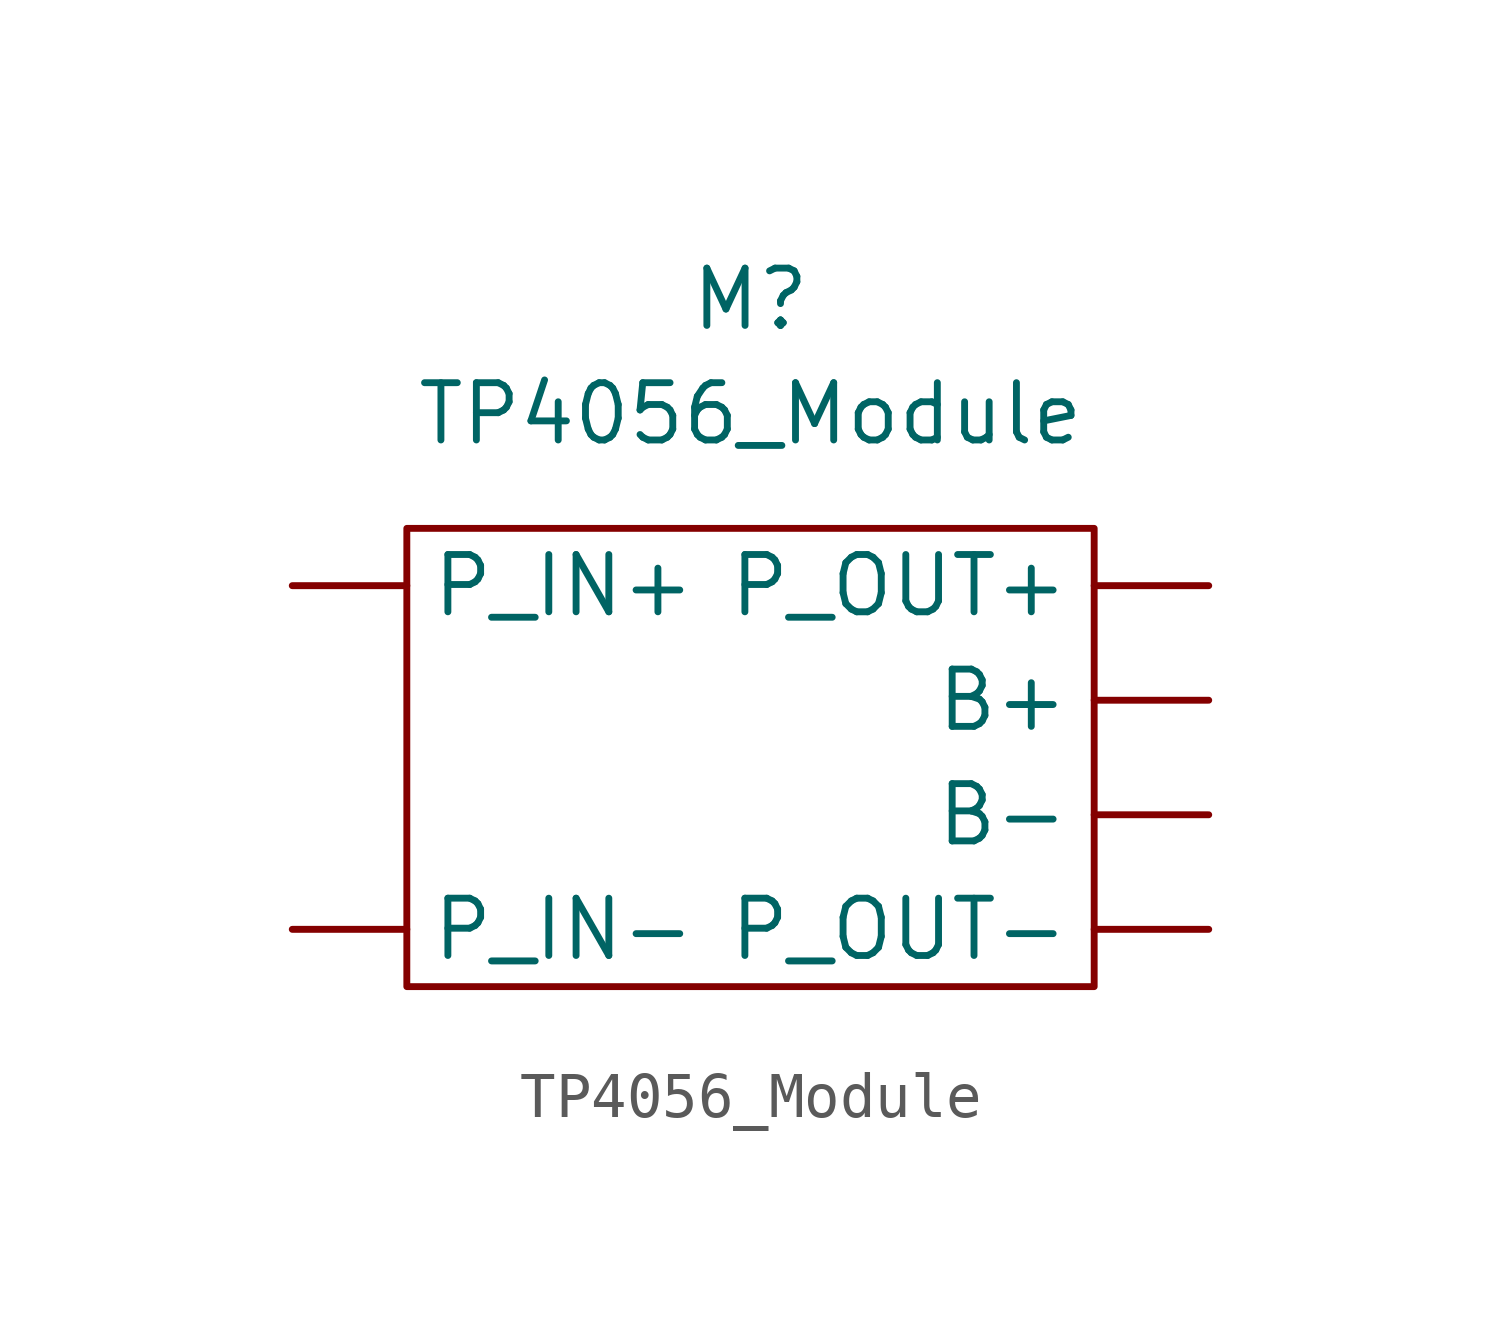
<source format=kicad_sym>
(kicad_symbol_lib
  (version 20211014)
  (generator kicad_symbol_editor)
  (symbol "TP4056_Module"
    (property "Reference" "M"
      (at 0 15.24 0)
      (effects (font (size 1.27 1.27))))
    (property "Value" "TP4056_Module"
      (at 0 12.7 0)
      (effects (font (size 1.27 1.27))))
    (symbol "TP4056_Module_0_1"
      (rectangle (start -7.62 10.16) (end 7.62 0) (stroke (width 0) (type default) (color 0 0 0 0)) (fill (type none))))
    (symbol "TP4056_Module_1_1"
      (pin power_out line (at 10.16 6.35 180) (length 2.54) (name "B+" (effects (font (size 1.27 1.27)))) (number "" (effects (font (size 1.27 1.27)))))
      (pin power_out line (at 10.16 3.81 180) (length 2.54) (name "B-" (effects (font (size 1.27 1.27)))) (number "" (effects (font (size 1.27 1.27)))))
      (pin power_in line (at -10.16 8.89 0) (length 2.54) (name "P_IN+" (effects (font (size 1.27 1.27)))) (number "" (effects (font (size 1.27 1.27)))))
      (pin power_in line (at -10.16 1.27 0) (length 2.54) (name "P_IN-" (effects (font (size 1.27 1.27)))) (number "" (effects (font (size 1.27 1.27)))))
      (pin power_out line (at 10.16 8.89 180) (length 2.54) (name "P_OUT+" (effects (font (size 1.27 1.27)))) (number "" (effects (font (size 1.27 1.27)))))
      (pin power_out line (at 10.16 1.27 180) (length 2.54) (name "P_OUT-" (effects (font (size 1.27 1.27)))) (number "" (effects (font (size 1.27 1.27))))))))
</source>
